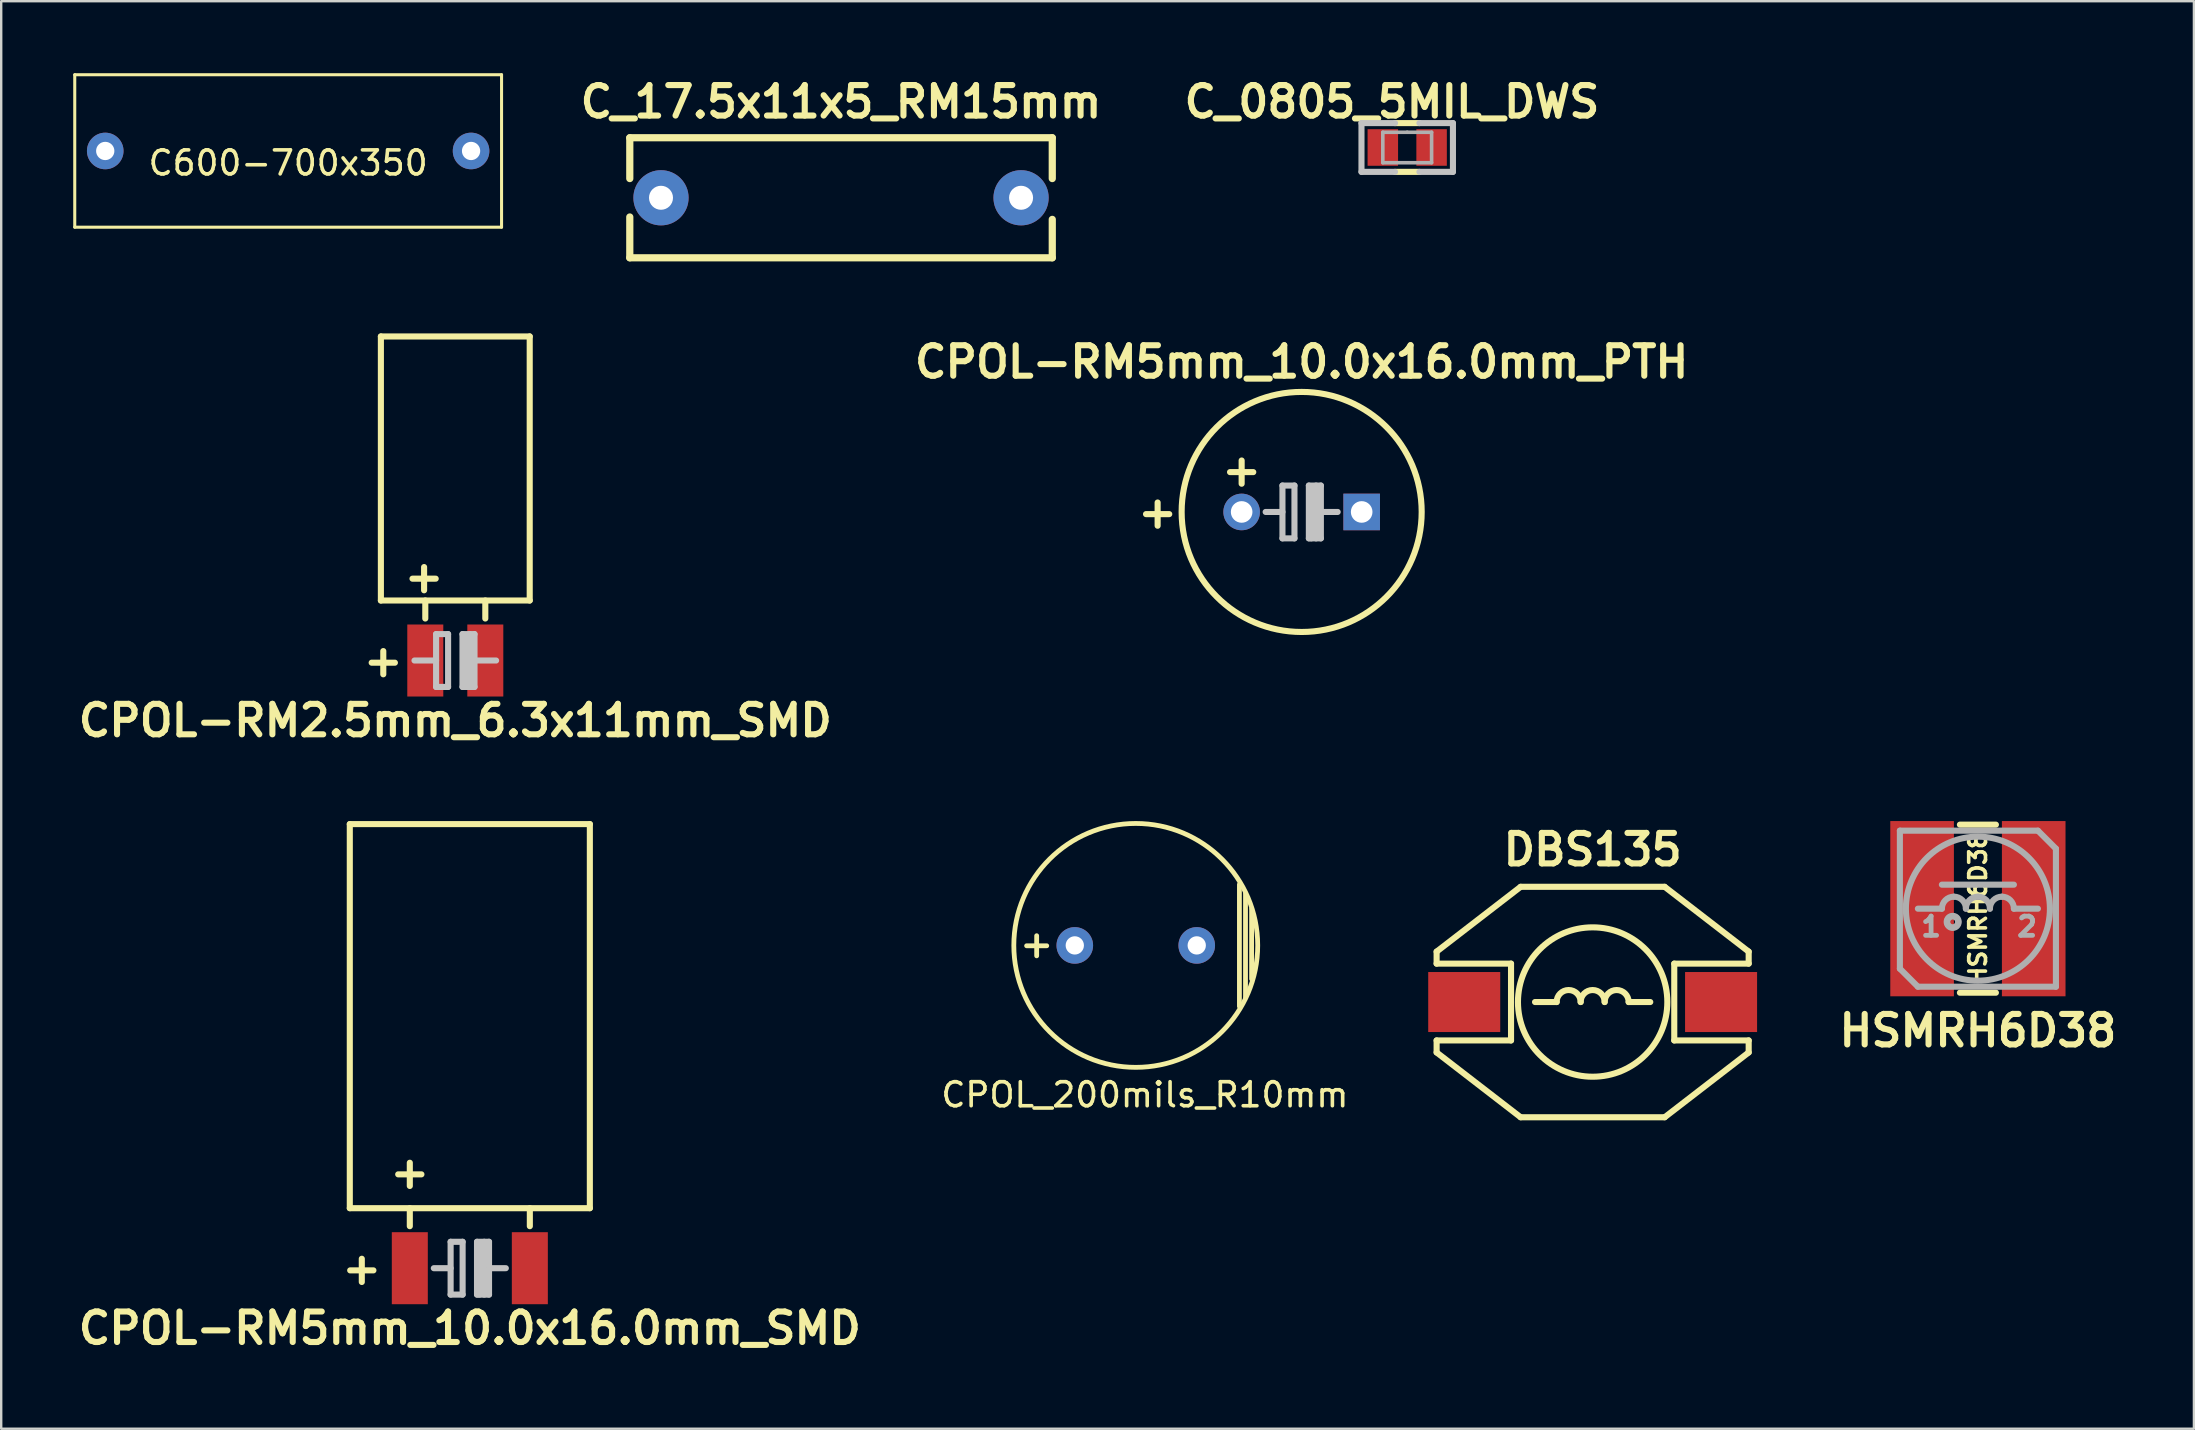
<source format=kicad_pcb>
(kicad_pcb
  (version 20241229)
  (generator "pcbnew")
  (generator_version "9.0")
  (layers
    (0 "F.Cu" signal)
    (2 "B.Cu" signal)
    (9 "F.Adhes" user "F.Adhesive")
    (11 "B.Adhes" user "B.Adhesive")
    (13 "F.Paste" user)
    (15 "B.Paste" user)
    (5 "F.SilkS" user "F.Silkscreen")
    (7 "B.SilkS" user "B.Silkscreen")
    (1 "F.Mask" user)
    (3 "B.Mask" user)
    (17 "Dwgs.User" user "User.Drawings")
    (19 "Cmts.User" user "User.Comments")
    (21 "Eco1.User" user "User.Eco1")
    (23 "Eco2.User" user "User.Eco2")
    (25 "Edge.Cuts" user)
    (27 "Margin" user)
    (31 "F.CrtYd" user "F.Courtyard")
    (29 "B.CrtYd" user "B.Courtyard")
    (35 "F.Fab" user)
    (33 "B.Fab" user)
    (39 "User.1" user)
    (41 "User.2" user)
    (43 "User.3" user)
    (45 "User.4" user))
  (footprint "CPOL-RM2.5mm_6.3x11mm_SMD"
    (layer "F.Cu")
    (at 15.917 24.466)
    (property "Reference" "CPOL-RM2.5mm_6.3x11mm_SMD" (at 0 2.5 0) (layer "F.SilkS") (effects (font (size 1.27 1.27) (thickness 0.254))))
    (attr smd)
    (fp_line (start -3.1 -13.5) (end 3.1 -13.5) (stroke (width 0.254) (type solid)) (layer "F.SilkS"))
    (fp_line (start -3.1 -2.5) (end -3.1 -13.5) (stroke (width 0.254) (type solid)) (layer "F.SilkS"))
    (fp_line (start -1.25 -2.5) (end -1.25 -1.75) (stroke (width 0.254) (type solid)) (layer "F.SilkS"))
    (fp_line (start 1.25 -2.5) (end 1.25 -1.75) (stroke (width 0.254) (type solid)) (layer "F.SilkS"))
    (fp_line (start 3.1 -13.5) (end 3.1 -2.5) (stroke (width 0.254) (type solid)) (layer "F.SilkS"))
    (fp_line (start 3.1 -2.5) (end -3.1 -2.5) (stroke (width 0.254) (type solid)) (layer "F.SilkS"))
    (fp_line (start -0.8 -1.1) (end -0.8 1.1) (stroke (width 0.254) (type solid)) (layer "Dwgs.User"))
    (fp_line (start -0.8 -1.1) (end -0.3 -1.1) (stroke (width 0.254) (type solid)) (layer "Dwgs.User"))
    (fp_line (start -0.8 0) (end -1.7 0) (stroke (width 0.254) (type solid)) (layer "Dwgs.User"))
    (fp_line (start -0.8 1.1) (end -0.3 1.1) (stroke (width 0.254) (type solid)) (layer "Dwgs.User"))
    (fp_line (start -0.3 -1.1) (end -0.3 1.1) (stroke (width 0.254) (type solid)) (layer "Dwgs.User"))
    (fp_line (start 0.3 -1.1) (end 0.3 1.1) (stroke (width 0.254) (type solid)) (layer "Dwgs.User"))
    (fp_line (start 0.3 -1.1) (end 0.8 -1.1) (stroke (width 0.254) (type solid)) (layer "Dwgs.User"))
    (fp_line (start 0.3 1.1) (end 0.8 1.1) (stroke (width 0.254) (type solid)) (layer "Dwgs.User"))
    (fp_line (start 0.4 -1) (end 0.4 1.1) (stroke (width 0.254) (type solid)) (layer "Dwgs.User"))
    (fp_line (start 0.6 -1.1) (end 0.6 1.1) (stroke (width 0.254) (type solid)) (layer "Dwgs.User"))
    (fp_line (start 0.8 -1.1) (end 0.8 1.1) (stroke (width 0.254) (type solid)) (layer "Dwgs.User"))
    (fp_line (start 1.7 0) (end 0.8 0) (stroke (width 0.254) (type solid)) (layer "Dwgs.User"))
    (fp_text user "+" (at -3 0 0) (layer "F.SilkS") (effects (font (size 1.27 1.27) (thickness 0.254))))
    (fp_text user "+" (at -1.3 -3.5 0) (layer "F.SilkS") (effects (font (size 1.27 1.27) (thickness 0.254))))
    (pad "1" smd rect (at -1.25 0) (size 1.5 3) (layers "F.Cu" "F.Mask" "F.Paste"))
    (pad "2" smd rect (at 1.25 0) (size 1.5 3) (layers "F.Cu" "F.Mask" "F.Paste")))
  (footprint "HSMRH6D38"
    (layer "F.Cu")
    (at 79.346 34.804)
    (property "Reference" "HSMRH6D38" (at 0 5.08 0) (layer "F.SilkS") (effects (font (size 1.27 1.27) (thickness 0.254))))
    (attr smd)
    (fp_line (start -0.75 -3.5) (end 0.75 -3.5) (stroke (width 0.254) (type solid)) (layer "F.SilkS"))
    (fp_line (start -0.75 3.5) (end 0.75 3.5) (stroke (width 0.254) (type solid)) (layer "F.SilkS"))
    (fp_line (start -3.25 -3.25) (end 2.5 -3.25) (stroke (width 0.254) (type solid)) (layer "F.Fab"))
    (fp_line (start -3.25 2.5) (end -3.25 -3.25) (stroke (width 0.254) (type solid)) (layer "F.Fab"))
    (fp_line (start -3.25 2.5) (end -2.5 3.25) (stroke (width 0.254) (type solid)) (layer "F.Fab"))
    (fp_line (start -1.5 -1) (end 1.5 -1) (stroke (width 0.254) (type solid)) (layer "F.Fab"))
    (fp_line (start -1.5 0) (end -2.5 0) (stroke (width 0.254) (type solid)) (layer "F.Fab"))
    (fp_line (start 1.5 0) (end 2.5 0) (stroke (width 0.254) (type solid)) (layer "F.Fab"))
    (fp_line (start 3.25 -2.5) (end 2.5 -3.25) (stroke (width 0.254) (type solid)) (layer "F.Fab"))
    (fp_line (start 3.25 -2.5) (end 3.25 3.25) (stroke (width 0.254) (type solid)) (layer "F.Fab"))
    (fp_line (start 3.25 3.25) (end -2.5 3.25) (stroke (width 0.254) (type solid)) (layer "F.Fab"))
    (fp_arc (start -1.5 0) (mid -1.353553 -0.353553) (end -1 -0.5) (stroke (width 0.254) (type solid)) (layer "F.Fab"))
    (fp_arc (start -1 -0.5) (mid -0.646447 -0.353553) (end -0.5 0) (stroke (width 0.254) (type solid)) (layer "F.Fab"))
    (fp_arc (start -0.5 0) (mid -0.353553 -0.353553) (end 0 -0.5) (stroke (width 0.254) (type solid)) (layer "F.Fab"))
    (fp_arc (start 0 -0.5) (mid 0.353553 -0.353553) (end 0.5 0) (stroke (width 0.254) (type solid)) (layer "F.Fab"))
    (fp_arc (start 0.5 0) (mid 0.646447 -0.353553) (end 1 -0.5) (stroke (width 0.254) (type solid)) (layer "F.Fab"))
    (fp_arc (start 1 -0.5) (mid 1.353553 -0.353553) (end 1.5 0) (stroke (width 0.254) (type solid)) (layer "F.Fab"))
    (fp_circle (center -1.05 0.55) (end -1.15 0.55) (stroke (width 0.254) (type solid)) (fill no) (layer "F.Fab"))
    (fp_circle (center -1.05 0.55) (end -1.05 0.8) (stroke (width 0.254) (type solid)) (fill no) (layer "F.Fab"))
    (fp_circle (center 0 0) (end -3 0) (stroke (width 0.254) (type solid)) (fill no) (layer "F.Fab"))
    (fp_text user "HSMRH6D38" (at 0 0 90) (layer "F.SilkS") (effects (font (size 0.7 0.7) (thickness 0.15))))
    (fp_text user "1" (at -1.95 0.75 0) (layer "F.Fab") (effects (font (size 0.8 0.8) (thickness 0.2))))
    (fp_text user "2" (at 2.05 0.75 0) (layer "F.Fab") (effects (font (size 0.8 0.8) (thickness 0.2))))
    (pad "1" smd rect (at -2.325 0) (size 2.65 7.3) (layers "F.Cu" "F.Mask" "F.Paste"))
    (pad "2" smd rect (at 2.325 0) (size 2.65 7.3) (layers "F.Cu" "F.Mask" "F.Paste")))
  (footprint "CPOL-RM5mm_10.0x16.0mm_PTH"
    (layer "F.Cu")
    (at 51.175 18.277)
    (property "Reference" "CPOL-RM5mm_10.0x16.0mm_PTH" (at 0 -6.25 0) (layer "F.SilkS") (effects (font (size 1.27 1.27) (thickness 0.254))))
    (attr through_hole)
    (fp_circle (center 0 0) (end -5 0) (stroke (width 0.254) (type solid)) (fill no) (layer "F.SilkS"))
    (fp_line (start -0.8 -1.1) (end -0.8 1.1) (stroke (width 0.254) (type solid)) (layer "Dwgs.User"))
    (fp_line (start -0.8 -1.1) (end -0.3 -1.1) (stroke (width 0.254) (type solid)) (layer "Dwgs.User"))
    (fp_line (start -0.8 0) (end -1.5 0) (stroke (width 0.254) (type solid)) (layer "Dwgs.User"))
    (fp_line (start -0.8 1.1) (end -0.3 1.1) (stroke (width 0.254) (type solid)) (layer "Dwgs.User"))
    (fp_line (start -0.3 -1.1) (end -0.3 1.1) (stroke (width 0.254) (type solid)) (layer "Dwgs.User"))
    (fp_line (start 0.3 -1.1) (end 0.3 1.1) (stroke (width 0.254) (type solid)) (layer "Dwgs.User"))
    (fp_line (start 0.3 -1.1) (end 0.8 -1.1) (stroke (width 0.254) (type solid)) (layer "Dwgs.User"))
    (fp_line (start 0.3 1.1) (end 0.8 1.1) (stroke (width 0.254) (type solid)) (layer "Dwgs.User"))
    (fp_line (start 0.4 -1) (end 0.4 1.1) (stroke (width 0.254) (type solid)) (layer "Dwgs.User"))
    (fp_line (start 0.6 -1.1) (end 0.6 1.1) (stroke (width 0.254) (type solid)) (layer "Dwgs.User"))
    (fp_line (start 0.8 -1.1) (end 0.8 1.1) (stroke (width 0.254) (type solid)) (layer "Dwgs.User"))
    (fp_line (start 1.5 0) (end 0.8 0) (stroke (width 0.254) (type solid)) (layer "Dwgs.User"))
    (fp_text user "+" (at -6 0 0) (layer "F.SilkS") (effects (font (size 1.27 1.27) (thickness 0.254))))
    (fp_text user "+" (at -2.5 -1.75 0) (layer "F.SilkS") (effects (font (size 1.27 1.27) (thickness 0.254))))
    (pad "1" thru_hole circle (at -2.5 0) (size 1.524 1.524) (drill 0.9) (layers "*.Cu" "*.Mask"))
    (pad "2" thru_hole rect (at 2.5 0) (size 1.524 1.524) (drill 0.9) (layers "*.Cu" "*.Mask")))
  (footprint "C_0805_5MIL_DWS"
    (layer "F.Cu")
    (at 55.572 3.094)
    (property "Reference" "C_0805_5MIL_DWS" (at -0.635 -1.905 0) (layer "F.SilkS") (effects (font (size 1.27 1.27) (thickness 0.254))))
    (attr smd)
    (fp_line (start -0.508 -1.016) (end 0.508 -1.016) (stroke (width 0.254) (type solid)) (layer "F.SilkS"))
    (fp_line (start -0.508 1.016) (end 0.508 1.016) (stroke (width 0.254) (type solid)) (layer "F.SilkS"))
    (fp_line (start -1.905 -1.016) (end -1.905 1.016) (stroke (width 0.254) (type solid)) (layer "Dwgs.User"))
    (fp_line (start -0.508 -1.016) (end -1.905 -1.016) (stroke (width 0.254) (type solid)) (layer "Dwgs.User"))
    (fp_line (start -0.508 1.016) (end -1.905 1.016) (stroke (width 0.254) (type solid)) (layer "Dwgs.User"))
    (fp_line (start 1.905 -1.016) (end 0.508 -1.016) (stroke (width 0.254) (type solid)) (layer "Dwgs.User"))
    (fp_line (start 1.905 -1.016) (end 1.905 1.016) (stroke (width 0.254) (type solid)) (layer "Dwgs.User"))
    (fp_line (start 1.905 1.016) (end 0.508 1.016) (stroke (width 0.254) (type solid)) (layer "Dwgs.User"))
    (fp_line (start -1.016 -0.635) (end 0 -0.635) (stroke (width 0.15) (type solid)) (layer "F.Fab"))
    (fp_line (start -1.016 0.635) (end -1.016 -0.635) (stroke (width 0.15) (type solid)) (layer "F.Fab"))
    (fp_line (start 0 -0.635) (end 1.016 -0.635) (stroke (width 0.15) (type solid)) (layer "F.Fab"))
    (fp_line (start 1.016 -0.635) (end 1.016 0.635) (stroke (width 0.15) (type solid)) (layer "F.Fab"))
    (fp_line (start 1.016 0.635) (end -1.016 0.635) (stroke (width 0.15) (type solid)) (layer "F.Fab"))
    (pad "1" smd rect (at -1.016 0 90) (size 1.524 1.27) (layers "F.Cu" "F.Mask" "F.Paste"))
    (pad "2" smd rect (at 1.016 0 90) (size 1.524 1.27) (layers "F.Cu" "F.Mask" "F.Paste")))
  (footprint "DBS135"
    (layer "F.Cu")
    (at 63.297 38.693)
    (property "Reference" "DBS135" (at 0 -6.35 0) (layer "F.SilkS") (effects (font (size 1.27 1.27) (thickness 0.254))))
    (attr smd)
    (fp_line (start -6.5 -2.1) (end -3 -4.8) (stroke (width 0.254) (type solid)) (layer "F.SilkS"))
    (fp_line (start -6.5 -1.6) (end -6.5 -2.1) (stroke (width 0.254) (type solid)) (layer "F.SilkS"))
    (fp_line (start -6.5 1.6) (end -3.4 1.6) (stroke (width 0.254) (type solid)) (layer "F.SilkS"))
    (fp_line (start -6.5 2.1) (end -6.5 1.6) (stroke (width 0.254) (type solid)) (layer "F.SilkS"))
    (fp_line (start -3.4 -1.6) (end -6.5 -1.6) (stroke (width 0.254) (type solid)) (layer "F.SilkS"))
    (fp_line (start -3.4 1.6) (end -3.4 -1.6) (stroke (width 0.254) (type solid)) (layer "F.SilkS"))
    (fp_line (start -3 -4.8) (end 3 -4.8) (stroke (width 0.254) (type solid)) (layer "F.SilkS"))
    (fp_line (start -3 4.8) (end -6.5 2.1) (stroke (width 0.254) (type solid)) (layer "F.SilkS"))
    (fp_line (start -1.5 0) (end -2.4 0) (stroke (width 0.254) (type solid)) (layer "F.SilkS"))
    (fp_line (start 2.4 0) (end 1.5 0) (stroke (width 0.254) (type solid)) (layer "F.SilkS"))
    (fp_line (start 3 -4.8) (end 6.5 -2.1) (stroke (width 0.254) (type solid)) (layer "F.SilkS"))
    (fp_line (start 3 4.8) (end -3 4.8) (stroke (width 0.254) (type solid)) (layer "F.SilkS"))
    (fp_line (start 3.4 -1.6) (end 3.4 1.6) (stroke (width 0.254) (type solid)) (layer "F.SilkS"))
    (fp_line (start 3.4 1.6) (end 6.5 1.6) (stroke (width 0.254) (type solid)) (layer "F.SilkS"))
    (fp_line (start 6.5 -2.1) (end 6.5 -1.6) (stroke (width 0.254) (type solid)) (layer "F.SilkS"))
    (fp_line (start 6.5 -1.6) (end 3.4 -1.6) (stroke (width 0.254) (type solid)) (layer "F.SilkS"))
    (fp_line (start 6.5 1.6) (end 6.5 2.1) (stroke (width 0.254) (type solid)) (layer "F.SilkS"))
    (fp_line (start 6.5 2.1) (end 3 4.8) (stroke (width 0.254) (type solid)) (layer "F.SilkS"))
    (fp_arc (start -1.5 0) (mid -1 -0.5) (end -0.5 0) (stroke (width 0.254) (type solid)) (layer "F.SilkS"))
    (fp_arc (start -0.5 0) (mid 0 -0.5) (end 0.5 0) (stroke (width 0.254) (type solid)) (layer "F.SilkS"))
    (fp_arc (start 0.5 0) (mid 1 -0.5) (end 1.5 0) (stroke (width 0.254) (type solid)) (layer "F.SilkS"))
    (fp_circle (center 0 0) (end -2.2 2.2) (stroke (width 0.254) (type solid)) (fill no) (layer "F.SilkS"))
    (pad "" smd rect (at -5.35 0) (size 3.4 2.8) (layers "F.Paste"))
    (pad "" smd rect (at 5.35 0) (size 3.4 2.8) (layers "F.Paste"))
    (pad "1" smd rect (at -5.35 0) (size 3 2.5) (layers "F.Cu" "F.Mask"))
    (pad "2" smd rect (at 5.35 0) (size 3 2.5) (layers "F.Cu" "F.Mask")))
  (footprint "CPOL_200mils_R10mm"
    (layer "F.Cu")
    (at 44.264 36.334)
    (property "Reference" "CPOL_200mils_R10mm" (at 0.381 6.223 0) (layer "F.SilkS") (effects (font (size 1 1) (thickness 0.15))))
    (attr through_hole)
    (fp_line (start 4.318 -2.54) (end 4.318 2.54) (stroke (width 0.2) (type solid)) (layer "F.SilkS"))
    (fp_line (start 4.572 -2.159) (end 4.572 2.159) (stroke (width 0.2) (type solid)) (layer "F.SilkS"))
    (fp_line (start 4.826 -1.53) (end 4.826 1.4) (stroke (width 0.2) (type solid)) (layer "F.SilkS"))
    (fp_circle (center 0 0) (end -5.08 0) (stroke (width 0.2) (type solid)) (fill no) (layer "F.SilkS"))
    (fp_text user "+" (at -4.128 -0.064 0) (layer "F.SilkS") (effects (font (size 1.1 1.1) (thickness 0.2))))
    (pad "1" thru_hole oval (at -2.54 0) (size 1.524 1.524) (drill 0.762) (layers "*.Cu" "*.Mask"))
    (pad "2" thru_hole circle (at 2.54 0) (size 1.524 1.524) (drill 0.762) (layers "*.Cu" "*.Mask")))
  (footprint "CPOL-RM5mm_10.0x16.0mm_SMD"
    (layer "F.Cu")
    (at 16.522 49.781)
    (property "Reference" "CPOL-RM5mm_10.0x16.0mm_SMD" (at 0 2.5 0) (layer "F.SilkS") (effects (font (size 1.27 1.27) (thickness 0.254))))
    (attr smd)
    (fp_line (start -5 -18.5) (end 5 -18.5) (stroke (width 0.254) (type solid)) (layer "F.SilkS"))
    (fp_line (start -5 -2.5) (end -5 -18.5) (stroke (width 0.254) (type solid)) (layer "F.SilkS"))
    (fp_line (start -2.5 -2.5) (end -2.5 -1.75) (stroke (width 0.254) (type solid)) (layer "F.SilkS"))
    (fp_line (start 2.5 -2.5) (end 2.5 -1.75) (stroke (width 0.254) (type solid)) (layer "F.SilkS"))
    (fp_line (start 5 -18.5) (end 5 -2.5) (stroke (width 0.254) (type solid)) (layer "F.SilkS"))
    (fp_line (start 5 -2.5) (end -5 -2.5) (stroke (width 0.254) (type solid)) (layer "F.SilkS"))
    (fp_line (start -0.8 -1.1) (end -0.8 1.1) (stroke (width 0.254) (type solid)) (layer "Dwgs.User"))
    (fp_line (start -0.8 -1.1) (end -0.3 -1.1) (stroke (width 0.254) (type solid)) (layer "Dwgs.User"))
    (fp_line (start -0.8 0) (end -1.5 0) (stroke (width 0.254) (type solid)) (layer "Dwgs.User"))
    (fp_line (start -0.8 1.1) (end -0.3 1.1) (stroke (width 0.254) (type solid)) (layer "Dwgs.User"))
    (fp_line (start -0.3 -1.1) (end -0.3 1.1) (stroke (width 0.254) (type solid)) (layer "Dwgs.User"))
    (fp_line (start 0.3 -1.1) (end 0.3 1.1) (stroke (width 0.254) (type solid)) (layer "Dwgs.User"))
    (fp_line (start 0.3 -1.1) (end 0.8 -1.1) (stroke (width 0.254) (type solid)) (layer "Dwgs.User"))
    (fp_line (start 0.3 1.1) (end 0.8 1.1) (stroke (width 0.254) (type solid)) (layer "Dwgs.User"))
    (fp_line (start 0.4 -1) (end 0.4 1.1) (stroke (width 0.254) (type solid)) (layer "Dwgs.User"))
    (fp_line (start 0.6 -1.1) (end 0.6 1.1) (stroke (width 0.254) (type solid)) (layer "Dwgs.User"))
    (fp_line (start 0.8 -1.1) (end 0.8 1.1) (stroke (width 0.254) (type solid)) (layer "Dwgs.User"))
    (fp_line (start 1.5 0) (end 0.8 0) (stroke (width 0.254) (type solid)) (layer "Dwgs.User"))
    (fp_text user "+" (at -4.5 0 0) (layer "F.SilkS") (effects (font (size 1.27 1.27) (thickness 0.254))))
    (fp_text user "+" (at -2.5 -4 0) (layer "F.SilkS") (effects (font (size 1.27 1.27) (thickness 0.254))))
    (pad "1" smd rect (at -2.5 0) (size 1.5 3) (layers "F.Cu" "F.Mask" "F.Paste"))
    (pad "2" smd rect (at 2.5 0) (size 1.5 3) (layers "F.Cu" "F.Mask" "F.Paste")))
  (footprint "C600-700x350"
    (layer "F.Cu")
    (at 8.954 3.239)
    (property "Reference" "C600-700x350" (at 0 0.5 0) (layer "F.SilkS") (effects (font (size 1 1) (thickness 0.15))))
    (attr through_hole)
    (fp_line (start -8.89 -3.175) (end 8.89 -3.175) (stroke (width 0.127) (type solid)) (layer "F.SilkS"))
    (fp_line (start -8.89 3.175) (end -8.89 -3.175) (stroke (width 0.127) (type solid)) (layer "F.SilkS"))
    (fp_line (start 8.89 -3.175) (end 8.89 3.175) (stroke (width 0.127) (type solid)) (layer "F.SilkS"))
    (fp_line (start 8.89 3.175) (end -8.89 3.175) (stroke (width 0.127) (type solid)) (layer "F.SilkS"))
    (pad "1" thru_hole circle (at -7.62 0) (size 1.524 1.524) (drill 0.762) (layers "*.Cu" "*.Mask"))
    (pad "2" thru_hole circle (at 7.62 0) (size 1.524 1.524) (drill 0.762) (layers "*.Cu" "*.Mask")))
  (footprint "C_17.5x11x5_RM15mm"
    (layer "F.Cu")
    (at 31.986 5.189)
    (property "Reference" "C_17.5x11x5_RM15mm" (at 0 -4 0) (layer "F.SilkS") (effects (font (size 1.27 1.27) (thickness 0.254))))
    (attr through_hole)
    (fp_line (start -8.8 -2.5) (end -8.8 -0.8) (stroke (width 0.3) (type solid)) (layer "F.SilkS"))
    (fp_line (start -8.8 2.5) (end -8.8 0.8) (stroke (width 0.3) (type solid)) (layer "F.SilkS"))
    (fp_line (start -8.8 2.5) (end 8.8 2.5) (stroke (width 0.3) (type solid)) (layer "F.SilkS"))
    (fp_line (start 8.8 -2.5) (end -8.8 -2.5) (stroke (width 0.3) (type solid)) (layer "F.SilkS"))
    (fp_line (start 8.8 -2.5) (end 8.8 -0.8) (stroke (width 0.3) (type solid)) (layer "F.SilkS"))
    (fp_line (start 8.8 2.5) (end 8.8 0.9) (stroke (width 0.3) (type solid)) (layer "F.SilkS"))
    (pad "1" thru_hole circle (at -7.5 0) (size 2.3 2.3) (drill 1) (layers "*.Cu" "*.Mask"))
    (pad "2" thru_hole circle (at 7.5 0) (size 2.3 2.3) (drill 1) (layers "*.Cu" "*.Mask")))
  (gr_rect
    (start -3 -3)
    (end 88.345 56.47)
    (stroke (width 0.1) (type default))
    (fill no)
    (layer "Edge.Cuts")))
</source>
